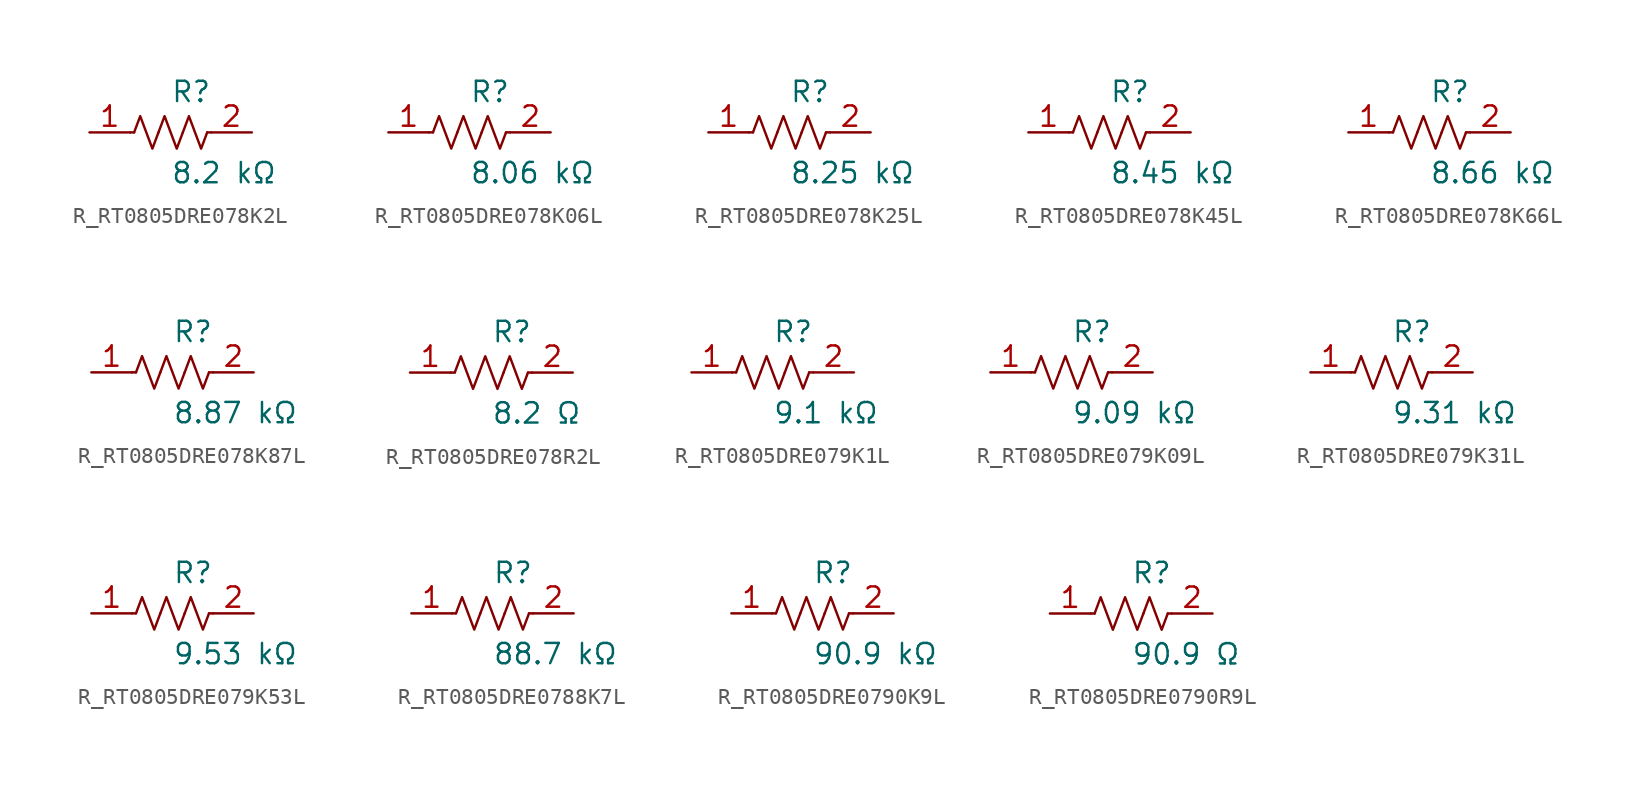
<source format=kicad_sym>
(kicad_symbol_lib
  (version 20231120)
  (generator kicad_symbol_editor)
  (generator_version 8.0)
  (symbol "R_RT0805DRE078K2L"
    (pin_names
      (offset 0.254))
    (property "Reference" "R"
      (at 0 2.54 0)
      (effects (font (size 1.27 1.27)) (justify left)))
    (property "Value" "8.2 kΩ"
      (at 0 -2.54 0)
      (effects (font (size 1.27 1.27)) (justify left)))
    (symbol "R_RT0805DRE078K2L_0_1"
      (polyline (pts (xy 2.286 0) (xy 2.54 0)) (stroke (width 0) (type default)) (fill (type none)))
      (polyline (pts (xy -2.286 0) (xy -2.54 0)) (stroke (width 0) (type default)) (fill (type none)))
      (polyline (pts (xy 0.762 0) (xy 1.143 1.016) (xy 1.524 0) (xy 1.905 -1.016) (xy 2.286 0)) (stroke (width 0) (type default)) (fill (type none)))
      (polyline (pts (xy -0.762 0) (xy -0.381 1.016) (xy 0 0) (xy 0.381 -1.016) (xy 0.762 0)) (stroke (width 0) (type default)) (fill (type none)))
      (polyline (pts (xy -2.286 0) (xy -1.905 1.016) (xy -1.524 0) (xy -1.143 -1.016) (xy -0.762 0)) (stroke (width 0) (type default)) (fill (type none))))
    (pin passive line
      (at -5.08 0 0)
      (length 2.54)
      (name "" (effects (font (size 1.27 1.27))))
      (number "1" (effects (font (size 1.27 1.27)))))
    (pin passive line
      (at 5.08 0 180)
      (length 2.54)
      (name "" (effects (font (size 1.27 1.27))))
      (number "2" (effects (font (size 1.27 1.27))))))
  (symbol "R_RT0805DRE078K06L"
    (pin_names
      (offset 0.254))
    (property "Reference" "R"
      (at 0 2.54 0)
      (effects (font (size 1.27 1.27)) (justify left)))
    (property "Value" "8.06 kΩ"
      (at 0 -2.54 0)
      (effects (font (size 1.27 1.27)) (justify left)))
    (symbol "R_RT0805DRE078K06L_0_1"
      (polyline (pts (xy 2.286 0) (xy 2.54 0)) (stroke (width 0) (type default)) (fill (type none)))
      (polyline (pts (xy -2.286 0) (xy -2.54 0)) (stroke (width 0) (type default)) (fill (type none)))
      (polyline (pts (xy 0.762 0) (xy 1.143 1.016) (xy 1.524 0) (xy 1.905 -1.016) (xy 2.286 0)) (stroke (width 0) (type default)) (fill (type none)))
      (polyline (pts (xy -0.762 0) (xy -0.381 1.016) (xy 0 0) (xy 0.381 -1.016) (xy 0.762 0)) (stroke (width 0) (type default)) (fill (type none)))
      (polyline (pts (xy -2.286 0) (xy -1.905 1.016) (xy -1.524 0) (xy -1.143 -1.016) (xy -0.762 0)) (stroke (width 0) (type default)) (fill (type none))))
    (pin passive line
      (at -5.08 0 0)
      (length 2.54)
      (name "" (effects (font (size 1.27 1.27))))
      (number "1" (effects (font (size 1.27 1.27)))))
    (pin passive line
      (at 5.08 0 180)
      (length 2.54)
      (name "" (effects (font (size 1.27 1.27))))
      (number "2" (effects (font (size 1.27 1.27))))))
  (symbol "R_RT0805DRE078K25L"
    (pin_names
      (offset 0.254))
    (property "Reference" "R"
      (at 0 2.54 0)
      (effects (font (size 1.27 1.27)) (justify left)))
    (property "Value" "8.25 kΩ"
      (at 0 -2.54 0)
      (effects (font (size 1.27 1.27)) (justify left)))
    (symbol "R_RT0805DRE078K25L_0_1"
      (polyline (pts (xy 2.286 0) (xy 2.54 0)) (stroke (width 0) (type default)) (fill (type none)))
      (polyline (pts (xy -2.286 0) (xy -2.54 0)) (stroke (width 0) (type default)) (fill (type none)))
      (polyline (pts (xy 0.762 0) (xy 1.143 1.016) (xy 1.524 0) (xy 1.905 -1.016) (xy 2.286 0)) (stroke (width 0) (type default)) (fill (type none)))
      (polyline (pts (xy -0.762 0) (xy -0.381 1.016) (xy 0 0) (xy 0.381 -1.016) (xy 0.762 0)) (stroke (width 0) (type default)) (fill (type none)))
      (polyline (pts (xy -2.286 0) (xy -1.905 1.016) (xy -1.524 0) (xy -1.143 -1.016) (xy -0.762 0)) (stroke (width 0) (type default)) (fill (type none))))
    (pin passive line
      (at -5.08 0 0)
      (length 2.54)
      (name "" (effects (font (size 1.27 1.27))))
      (number "1" (effects (font (size 1.27 1.27)))))
    (pin passive line
      (at 5.08 0 180)
      (length 2.54)
      (name "" (effects (font (size 1.27 1.27))))
      (number "2" (effects (font (size 1.27 1.27))))))
  (symbol "R_RT0805DRE078K45L"
    (pin_names
      (offset 0.254))
    (property "Reference" "R"
      (at 0 2.54 0)
      (effects (font (size 1.27 1.27)) (justify left)))
    (property "Value" "8.45 kΩ"
      (at 0 -2.54 0)
      (effects (font (size 1.27 1.27)) (justify left)))
    (symbol "R_RT0805DRE078K45L_0_1"
      (polyline (pts (xy 2.286 0) (xy 2.54 0)) (stroke (width 0) (type default)) (fill (type none)))
      (polyline (pts (xy -2.286 0) (xy -2.54 0)) (stroke (width 0) (type default)) (fill (type none)))
      (polyline (pts (xy 0.762 0) (xy 1.143 1.016) (xy 1.524 0) (xy 1.905 -1.016) (xy 2.286 0)) (stroke (width 0) (type default)) (fill (type none)))
      (polyline (pts (xy -0.762 0) (xy -0.381 1.016) (xy 0 0) (xy 0.381 -1.016) (xy 0.762 0)) (stroke (width 0) (type default)) (fill (type none)))
      (polyline (pts (xy -2.286 0) (xy -1.905 1.016) (xy -1.524 0) (xy -1.143 -1.016) (xy -0.762 0)) (stroke (width 0) (type default)) (fill (type none))))
    (pin passive line
      (at -5.08 0 0)
      (length 2.54)
      (name "" (effects (font (size 1.27 1.27))))
      (number "1" (effects (font (size 1.27 1.27)))))
    (pin passive line
      (at 5.08 0 180)
      (length 2.54)
      (name "" (effects (font (size 1.27 1.27))))
      (number "2" (effects (font (size 1.27 1.27))))))
  (symbol "R_RT0805DRE078K66L"
    (pin_names
      (offset 0.254))
    (property "Reference" "R"
      (at 0 2.54 0)
      (effects (font (size 1.27 1.27)) (justify left)))
    (property "Value" "8.66 kΩ"
      (at 0 -2.54 0)
      (effects (font (size 1.27 1.27)) (justify left)))
    (symbol "R_RT0805DRE078K66L_0_1"
      (polyline (pts (xy 2.286 0) (xy 2.54 0)) (stroke (width 0) (type default)) (fill (type none)))
      (polyline (pts (xy -2.286 0) (xy -2.54 0)) (stroke (width 0) (type default)) (fill (type none)))
      (polyline (pts (xy 0.762 0) (xy 1.143 1.016) (xy 1.524 0) (xy 1.905 -1.016) (xy 2.286 0)) (stroke (width 0) (type default)) (fill (type none)))
      (polyline (pts (xy -0.762 0) (xy -0.381 1.016) (xy 0 0) (xy 0.381 -1.016) (xy 0.762 0)) (stroke (width 0) (type default)) (fill (type none)))
      (polyline (pts (xy -2.286 0) (xy -1.905 1.016) (xy -1.524 0) (xy -1.143 -1.016) (xy -0.762 0)) (stroke (width 0) (type default)) (fill (type none))))
    (pin passive line
      (at -5.08 0 0)
      (length 2.54)
      (name "" (effects (font (size 1.27 1.27))))
      (number "1" (effects (font (size 1.27 1.27)))))
    (pin passive line
      (at 5.08 0 180)
      (length 2.54)
      (name "" (effects (font (size 1.27 1.27))))
      (number "2" (effects (font (size 1.27 1.27))))))
  (symbol "R_RT0805DRE078K87L"
    (pin_names
      (offset 0.254))
    (property "Reference" "R"
      (at 0 2.54 0)
      (effects (font (size 1.27 1.27)) (justify left)))
    (property "Value" "8.87 kΩ"
      (at 0 -2.54 0)
      (effects (font (size 1.27 1.27)) (justify left)))
    (symbol "R_RT0805DRE078K87L_0_1"
      (polyline (pts (xy 2.286 0) (xy 2.54 0)) (stroke (width 0) (type default)) (fill (type none)))
      (polyline (pts (xy -2.286 0) (xy -2.54 0)) (stroke (width 0) (type default)) (fill (type none)))
      (polyline (pts (xy 0.762 0) (xy 1.143 1.016) (xy 1.524 0) (xy 1.905 -1.016) (xy 2.286 0)) (stroke (width 0) (type default)) (fill (type none)))
      (polyline (pts (xy -0.762 0) (xy -0.381 1.016) (xy 0 0) (xy 0.381 -1.016) (xy 0.762 0)) (stroke (width 0) (type default)) (fill (type none)))
      (polyline (pts (xy -2.286 0) (xy -1.905 1.016) (xy -1.524 0) (xy -1.143 -1.016) (xy -0.762 0)) (stroke (width 0) (type default)) (fill (type none))))
    (pin passive line
      (at -5.08 0 0)
      (length 2.54)
      (name "" (effects (font (size 1.27 1.27))))
      (number "1" (effects (font (size 1.27 1.27)))))
    (pin passive line
      (at 5.08 0 180)
      (length 2.54)
      (name "" (effects (font (size 1.27 1.27))))
      (number "2" (effects (font (size 1.27 1.27))))))
  (symbol "R_RT0805DRE078R2L"
    (pin_names
      (offset 0.254))
    (property "Reference" "R"
      (at 0 2.54 0)
      (effects (font (size 1.27 1.27)) (justify left)))
    (property "Value" "8.2 Ω"
      (at 0 -2.54 0)
      (effects (font (size 1.27 1.27)) (justify left)))
    (symbol "R_RT0805DRE078R2L_0_1"
      (polyline (pts (xy 2.286 0) (xy 2.54 0)) (stroke (width 0) (type default)) (fill (type none)))
      (polyline (pts (xy -2.286 0) (xy -2.54 0)) (stroke (width 0) (type default)) (fill (type none)))
      (polyline (pts (xy 0.762 0) (xy 1.143 1.016) (xy 1.524 0) (xy 1.905 -1.016) (xy 2.286 0)) (stroke (width 0) (type default)) (fill (type none)))
      (polyline (pts (xy -0.762 0) (xy -0.381 1.016) (xy 0 0) (xy 0.381 -1.016) (xy 0.762 0)) (stroke (width 0) (type default)) (fill (type none)))
      (polyline (pts (xy -2.286 0) (xy -1.905 1.016) (xy -1.524 0) (xy -1.143 -1.016) (xy -0.762 0)) (stroke (width 0) (type default)) (fill (type none))))
    (pin passive line
      (at -5.08 0 0)
      (length 2.54)
      (name "" (effects (font (size 1.27 1.27))))
      (number "1" (effects (font (size 1.27 1.27)))))
    (pin passive line
      (at 5.08 0 180)
      (length 2.54)
      (name "" (effects (font (size 1.27 1.27))))
      (number "2" (effects (font (size 1.27 1.27))))))
  (symbol "R_RT0805DRE079K1L"
    (pin_names
      (offset 0.254))
    (property "Reference" "R"
      (at 0 2.54 0)
      (effects (font (size 1.27 1.27)) (justify left)))
    (property "Value" "9.1 kΩ"
      (at 0 -2.54 0)
      (effects (font (size 1.27 1.27)) (justify left)))
    (symbol "R_RT0805DRE079K1L_0_1"
      (polyline (pts (xy 2.286 0) (xy 2.54 0)) (stroke (width 0) (type default)) (fill (type none)))
      (polyline (pts (xy -2.286 0) (xy -2.54 0)) (stroke (width 0) (type default)) (fill (type none)))
      (polyline (pts (xy 0.762 0) (xy 1.143 1.016) (xy 1.524 0) (xy 1.905 -1.016) (xy 2.286 0)) (stroke (width 0) (type default)) (fill (type none)))
      (polyline (pts (xy -0.762 0) (xy -0.381 1.016) (xy 0 0) (xy 0.381 -1.016) (xy 0.762 0)) (stroke (width 0) (type default)) (fill (type none)))
      (polyline (pts (xy -2.286 0) (xy -1.905 1.016) (xy -1.524 0) (xy -1.143 -1.016) (xy -0.762 0)) (stroke (width 0) (type default)) (fill (type none))))
    (pin passive line
      (at -5.08 0 0)
      (length 2.54)
      (name "" (effects (font (size 1.27 1.27))))
      (number "1" (effects (font (size 1.27 1.27)))))
    (pin passive line
      (at 5.08 0 180)
      (length 2.54)
      (name "" (effects (font (size 1.27 1.27))))
      (number "2" (effects (font (size 1.27 1.27))))))
  (symbol "R_RT0805DRE079K09L"
    (pin_names
      (offset 0.254))
    (property "Reference" "R"
      (at 0 2.54 0)
      (effects (font (size 1.27 1.27)) (justify left)))
    (property "Value" "9.09 kΩ"
      (at 0 -2.54 0)
      (effects (font (size 1.27 1.27)) (justify left)))
    (symbol "R_RT0805DRE079K09L_0_1"
      (polyline (pts (xy 2.286 0) (xy 2.54 0)) (stroke (width 0) (type default)) (fill (type none)))
      (polyline (pts (xy -2.286 0) (xy -2.54 0)) (stroke (width 0) (type default)) (fill (type none)))
      (polyline (pts (xy 0.762 0) (xy 1.143 1.016) (xy 1.524 0) (xy 1.905 -1.016) (xy 2.286 0)) (stroke (width 0) (type default)) (fill (type none)))
      (polyline (pts (xy -0.762 0) (xy -0.381 1.016) (xy 0 0) (xy 0.381 -1.016) (xy 0.762 0)) (stroke (width 0) (type default)) (fill (type none)))
      (polyline (pts (xy -2.286 0) (xy -1.905 1.016) (xy -1.524 0) (xy -1.143 -1.016) (xy -0.762 0)) (stroke (width 0) (type default)) (fill (type none))))
    (pin passive line
      (at -5.08 0 0)
      (length 2.54)
      (name "" (effects (font (size 1.27 1.27))))
      (number "1" (effects (font (size 1.27 1.27)))))
    (pin passive line
      (at 5.08 0 180)
      (length 2.54)
      (name "" (effects (font (size 1.27 1.27))))
      (number "2" (effects (font (size 1.27 1.27))))))
  (symbol "R_RT0805DRE079K31L"
    (pin_names
      (offset 0.254))
    (property "Reference" "R"
      (at 0 2.54 0)
      (effects (font (size 1.27 1.27)) (justify left)))
    (property "Value" "9.31 kΩ"
      (at 0 -2.54 0)
      (effects (font (size 1.27 1.27)) (justify left)))
    (symbol "R_RT0805DRE079K31L_0_1"
      (polyline (pts (xy 2.286 0) (xy 2.54 0)) (stroke (width 0) (type default)) (fill (type none)))
      (polyline (pts (xy -2.286 0) (xy -2.54 0)) (stroke (width 0) (type default)) (fill (type none)))
      (polyline (pts (xy 0.762 0) (xy 1.143 1.016) (xy 1.524 0) (xy 1.905 -1.016) (xy 2.286 0)) (stroke (width 0) (type default)) (fill (type none)))
      (polyline (pts (xy -0.762 0) (xy -0.381 1.016) (xy 0 0) (xy 0.381 -1.016) (xy 0.762 0)) (stroke (width 0) (type default)) (fill (type none)))
      (polyline (pts (xy -2.286 0) (xy -1.905 1.016) (xy -1.524 0) (xy -1.143 -1.016) (xy -0.762 0)) (stroke (width 0) (type default)) (fill (type none))))
    (pin passive line
      (at -5.08 0 0)
      (length 2.54)
      (name "" (effects (font (size 1.27 1.27))))
      (number "1" (effects (font (size 1.27 1.27)))))
    (pin passive line
      (at 5.08 0 180)
      (length 2.54)
      (name "" (effects (font (size 1.27 1.27))))
      (number "2" (effects (font (size 1.27 1.27))))))
  (symbol "R_RT0805DRE079K53L"
    (pin_names
      (offset 0.254))
    (property "Reference" "R"
      (at 0 2.54 0)
      (effects (font (size 1.27 1.27)) (justify left)))
    (property "Value" "9.53 kΩ"
      (at 0 -2.54 0)
      (effects (font (size 1.27 1.27)) (justify left)))
    (symbol "R_RT0805DRE079K53L_0_1"
      (polyline (pts (xy 2.286 0) (xy 2.54 0)) (stroke (width 0) (type default)) (fill (type none)))
      (polyline (pts (xy -2.286 0) (xy -2.54 0)) (stroke (width 0) (type default)) (fill (type none)))
      (polyline (pts (xy 0.762 0) (xy 1.143 1.016) (xy 1.524 0) (xy 1.905 -1.016) (xy 2.286 0)) (stroke (width 0) (type default)) (fill (type none)))
      (polyline (pts (xy -0.762 0) (xy -0.381 1.016) (xy 0 0) (xy 0.381 -1.016) (xy 0.762 0)) (stroke (width 0) (type default)) (fill (type none)))
      (polyline (pts (xy -2.286 0) (xy -1.905 1.016) (xy -1.524 0) (xy -1.143 -1.016) (xy -0.762 0)) (stroke (width 0) (type default)) (fill (type none))))
    (pin passive line
      (at -5.08 0 0)
      (length 2.54)
      (name "" (effects (font (size 1.27 1.27))))
      (number "1" (effects (font (size 1.27 1.27)))))
    (pin passive line
      (at 5.08 0 180)
      (length 2.54)
      (name "" (effects (font (size 1.27 1.27))))
      (number "2" (effects (font (size 1.27 1.27))))))
  (symbol "R_RT0805DRE0788K7L"
    (pin_names
      (offset 0.254))
    (property "Reference" "R"
      (at 0 2.54 0)
      (effects (font (size 1.27 1.27)) (justify left)))
    (property "Value" "88.7 kΩ"
      (at 0 -2.54 0)
      (effects (font (size 1.27 1.27)) (justify left)))
    (symbol "R_RT0805DRE0788K7L_0_1"
      (polyline (pts (xy 2.286 0) (xy 2.54 0)) (stroke (width 0) (type default)) (fill (type none)))
      (polyline (pts (xy -2.286 0) (xy -2.54 0)) (stroke (width 0) (type default)) (fill (type none)))
      (polyline (pts (xy 0.762 0) (xy 1.143 1.016) (xy 1.524 0) (xy 1.905 -1.016) (xy 2.286 0)) (stroke (width 0) (type default)) (fill (type none)))
      (polyline (pts (xy -0.762 0) (xy -0.381 1.016) (xy 0 0) (xy 0.381 -1.016) (xy 0.762 0)) (stroke (width 0) (type default)) (fill (type none)))
      (polyline (pts (xy -2.286 0) (xy -1.905 1.016) (xy -1.524 0) (xy -1.143 -1.016) (xy -0.762 0)) (stroke (width 0) (type default)) (fill (type none))))
    (pin passive line
      (at -5.08 0 0)
      (length 2.54)
      (name "" (effects (font (size 1.27 1.27))))
      (number "1" (effects (font (size 1.27 1.27)))))
    (pin passive line
      (at 5.08 0 180)
      (length 2.54)
      (name "" (effects (font (size 1.27 1.27))))
      (number "2" (effects (font (size 1.27 1.27))))))
  (symbol "R_RT0805DRE0790K9L"
    (pin_names
      (offset 0.254))
    (property "Reference" "R"
      (at 0 2.54 0)
      (effects (font (size 1.27 1.27)) (justify left)))
    (property "Value" "90.9 kΩ"
      (at 0 -2.54 0)
      (effects (font (size 1.27 1.27)) (justify left)))
    (symbol "R_RT0805DRE0790K9L_0_1"
      (polyline (pts (xy 2.286 0) (xy 2.54 0)) (stroke (width 0) (type default)) (fill (type none)))
      (polyline (pts (xy -2.286 0) (xy -2.54 0)) (stroke (width 0) (type default)) (fill (type none)))
      (polyline (pts (xy 0.762 0) (xy 1.143 1.016) (xy 1.524 0) (xy 1.905 -1.016) (xy 2.286 0)) (stroke (width 0) (type default)) (fill (type none)))
      (polyline (pts (xy -0.762 0) (xy -0.381 1.016) (xy 0 0) (xy 0.381 -1.016) (xy 0.762 0)) (stroke (width 0) (type default)) (fill (type none)))
      (polyline (pts (xy -2.286 0) (xy -1.905 1.016) (xy -1.524 0) (xy -1.143 -1.016) (xy -0.762 0)) (stroke (width 0) (type default)) (fill (type none))))
    (pin passive line
      (at -5.08 0 0)
      (length 2.54)
      (name "" (effects (font (size 1.27 1.27))))
      (number "1" (effects (font (size 1.27 1.27)))))
    (pin passive line
      (at 5.08 0 180)
      (length 2.54)
      (name "" (effects (font (size 1.27 1.27))))
      (number "2" (effects (font (size 1.27 1.27))))))
  (symbol "R_RT0805DRE0790R9L"
    (pin_names
      (offset 0.254))
    (property "Reference" "R"
      (at 0 2.54 0)
      (effects (font (size 1.27 1.27)) (justify left)))
    (property "Value" "90.9 Ω"
      (at 0 -2.54 0)
      (effects (font (size 1.27 1.27)) (justify left)))
    (symbol "R_RT0805DRE0790R9L_0_1"
      (polyline (pts (xy 2.286 0) (xy 2.54 0)) (stroke (width 0) (type default)) (fill (type none)))
      (polyline (pts (xy -2.286 0) (xy -2.54 0)) (stroke (width 0) (type default)) (fill (type none)))
      (polyline (pts (xy 0.762 0) (xy 1.143 1.016) (xy 1.524 0) (xy 1.905 -1.016) (xy 2.286 0)) (stroke (width 0) (type default)) (fill (type none)))
      (polyline (pts (xy -0.762 0) (xy -0.381 1.016) (xy 0 0) (xy 0.381 -1.016) (xy 0.762 0)) (stroke (width 0) (type default)) (fill (type none)))
      (polyline (pts (xy -2.286 0) (xy -1.905 1.016) (xy -1.524 0) (xy -1.143 -1.016) (xy -0.762 0)) (stroke (width 0) (type default)) (fill (type none))))
    (pin passive line
      (at -5.08 0 0)
      (length 2.54)
      (name "" (effects (font (size 1.27 1.27))))
      (number "1" (effects (font (size 1.27 1.27)))))
    (pin passive line
      (at 5.08 0 180)
      (length 2.54)
      (name "" (effects (font (size 1.27 1.27))))
      (number "2" (effects (font (size 1.27 1.27)))))))
</source>
